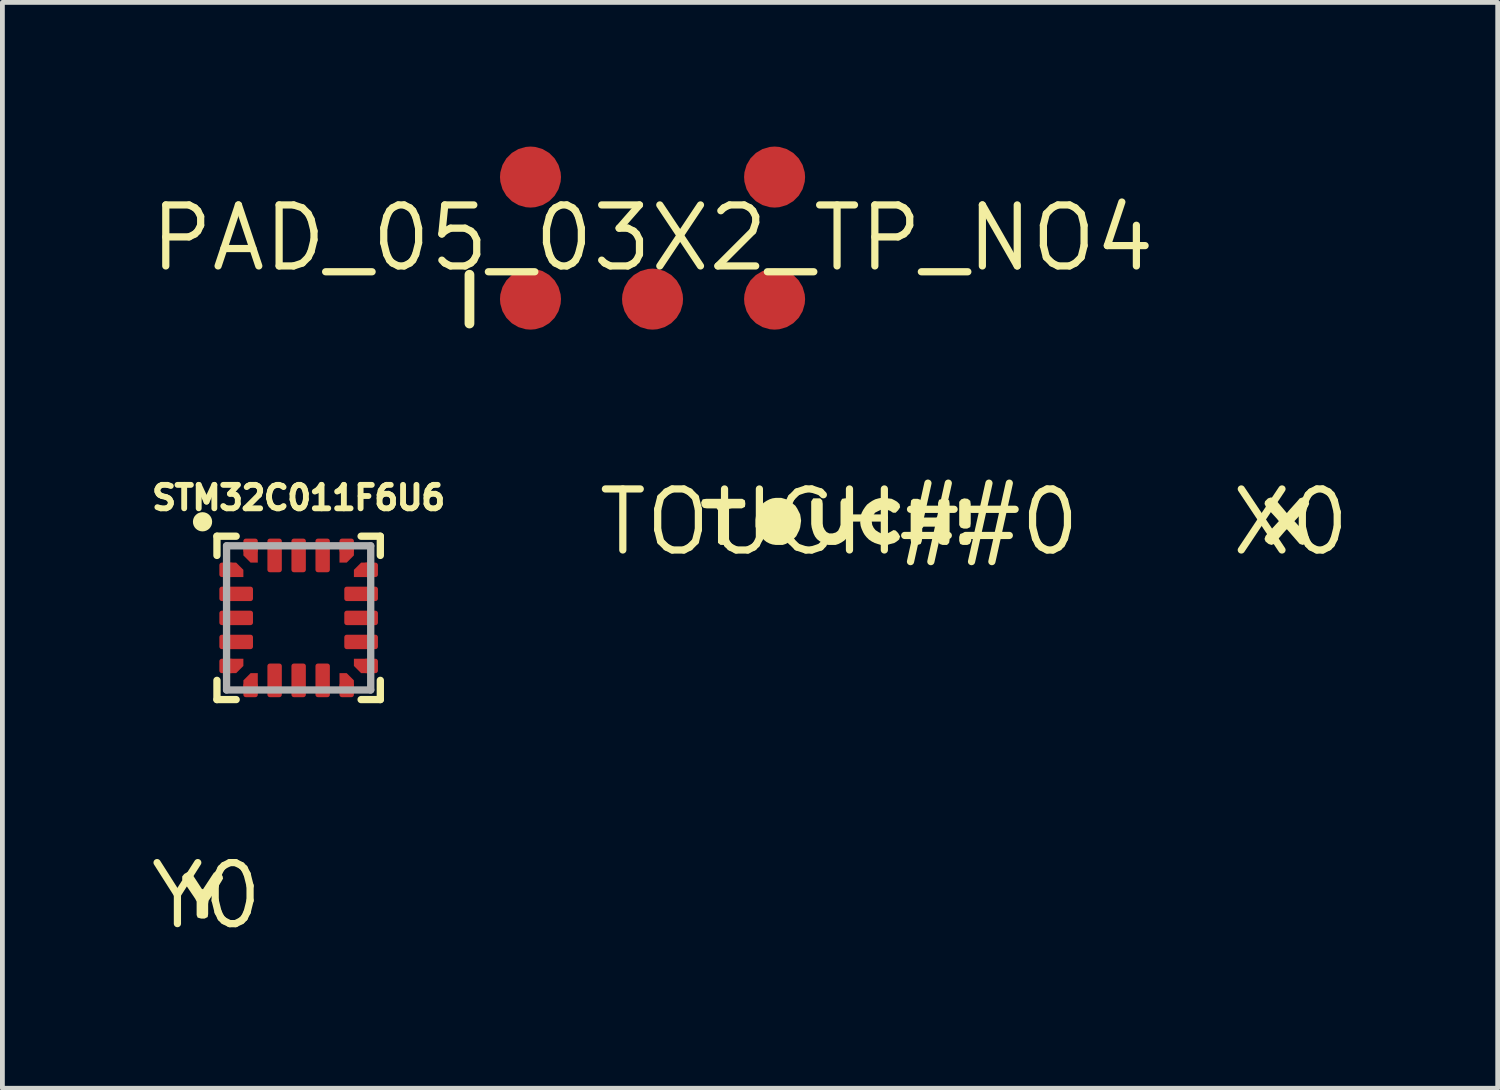
<source format=kicad_pcb>
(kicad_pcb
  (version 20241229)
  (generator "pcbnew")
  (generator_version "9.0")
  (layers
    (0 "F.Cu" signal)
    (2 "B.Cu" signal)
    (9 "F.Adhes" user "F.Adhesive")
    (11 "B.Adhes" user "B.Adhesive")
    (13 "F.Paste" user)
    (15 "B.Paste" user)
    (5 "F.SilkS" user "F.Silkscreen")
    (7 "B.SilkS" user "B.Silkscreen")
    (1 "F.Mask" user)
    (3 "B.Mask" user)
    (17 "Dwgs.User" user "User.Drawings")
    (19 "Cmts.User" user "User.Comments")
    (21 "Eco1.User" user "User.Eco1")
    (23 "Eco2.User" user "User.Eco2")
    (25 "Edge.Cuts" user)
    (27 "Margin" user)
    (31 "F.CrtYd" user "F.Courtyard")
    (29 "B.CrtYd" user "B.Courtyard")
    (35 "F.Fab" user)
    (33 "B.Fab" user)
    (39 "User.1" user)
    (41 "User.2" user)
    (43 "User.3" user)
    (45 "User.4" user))
  (footprint "PAD_05_03X2_TP_NO4"
    (layer "F.Cu")
    (at 10.53 1.905)
    (property "Reference" "PAD_05_03X2_TP_NO4" (at 0 0 0) (layer "F.SilkS") (effects (font (size 1.27 1.27) (thickness 0.15))))
    (fp_line (start -3.81 0.762) (end -3.81 1.778) (stroke (width 0.203) (type solid)) (layer "F.SilkS"))
    (pad "1" smd roundrect (at -2.54 1.27) (size 1.27 1.27) (layers "F.Cu" "F.Mask") (roundrect_rratio 0.5))
    (pad "2" smd roundrect (at -2.54 -1.27) (size 1.27 1.27) (layers "F.Cu" "F.Mask") (roundrect_rratio 0.5))
    (pad "3" smd roundrect (at 0 1.27) (size 1.27 1.27) (layers "F.Cu" "F.Mask") (roundrect_rratio 0.5))
    (pad "5" smd roundrect (at 2.54 1.27) (size 1.27 1.27) (layers "F.Cu" "F.Mask") (roundrect_rratio 0.5))
    (pad "6" smd roundrect (at 2.54 -1.27) (size 1.27 1.27) (layers "F.Cu" "F.Mask") (roundrect_rratio 0.5)))
  (footprint "X0"
    (layer "F.Cu")
    (at 23.811 7.816)
    (property "Reference" "X0" (at 0 0 0) (layer "F.SilkS") (effects (font (size 1.27 1.27) (thickness 0.15))))
    (fp_poly (pts (xy 0.303 -0.494) (xy 0.364 -0.443) (xy 0.385 -0.38) (xy 0.354 -0.317) (xy 0.077 -0.02) (xy 0.304 0.227) (xy 0.354 0.277) (xy 0.385 0.34) (xy 0.364 0.393) (xy 0.303 0.454) (xy 0.25 0.475) (xy 0.187 0.454) (xy -0.08 0.147) (xy -0.116 0.183) (xy -0.296 0.393) (xy -0.296 0.393) (xy -0.347 0.454) (xy -0.4 0.475) (xy -0.462 0.454) (xy -0.524 0.403) (xy -0.545 0.35) (xy -0.524 0.288) (xy -0.474 0.227) (xy -0.247 -0.02) (xy -0.284 -0.067) (xy -0.514 -0.317) (xy -0.545 -0.379) (xy -0.535 -0.432) (xy -0.473 -0.494) (xy -0.41 -0.515) (xy -0.357 -0.494) (xy -0.296 -0.444) (xy -0.08 -0.188) (xy -0.044 -0.233) (xy 0.136 -0.433) (xy 0.187 -0.494) (xy 0.25 -0.515)) (stroke (width 0) (type default)) (fill yes) (layer "F.SilkS")))
  (footprint "Y0"
    (layer "F.Cu")
    (at 1.247 15.592)
    (property "Reference" "Y0" (at 0 0 0) (layer "F.SilkS") (effects (font (size 1.27 1.27) (thickness 0.15))))
    (fp_poly (pts (xy -0.327 -0.485) (xy -0.286 -0.433) (xy -0.097 -0.144) (xy -0.072 -0.136) (xy 0.116 -0.423) (xy 0.157 -0.484) (xy 0.211 -0.495) (xy 0.283 -0.464) (xy 0.335 -0.412) (xy 0.345 -0.359) (xy 0.304 -0.287) (xy 0.045 0.102) (xy 0.035 0.17) (xy 0.035 0.38) (xy 0.025 0.443) (xy -0.039 0.475) (xy -0.111 0.475) (xy -0.184 0.454) (xy -0.205 0.401) (xy -0.205 0.121) (xy -0.234 0.063) (xy -0.464 -0.277) (xy -0.505 -0.338) (xy -0.505 -0.402) (xy -0.463 -0.454) (xy -0.391 -0.495)) (stroke (width 0) (type default)) (fill yes) (layer "F.SilkS")))
  (footprint "STM32C011F6U6"
    (layer "F.Cu")
    (at 3.165 9.809)
    (property "Reference" "STM32C011F6U6" (at 0 -2.5 0) (unlocked yes) (layer "F.SilkS") (effects (font (size 0.488 0.488) (thickness 0.122))))
    (fp_poly (pts (xy -1.15 -1) (xy -1.15 -0.85) (xy -1.5 -0.85) (xy -1.5 -1.15) (xy -1.3 -1.15)) (stroke (width 0) (type default)) (fill yes) (layer "F.Cu"))
    (fp_poly (pts (xy -1.15 1) (xy -1.3 1.15) (xy -1.5 1.15) (xy -1.5 0.85) (xy -1.15 0.85)) (stroke (width 0) (type default)) (fill yes) (layer "F.Cu"))
    (fp_poly (pts (xy -0.85 -1.15) (xy -1 -1.15) (xy -1.15 -1.3) (xy -1.15 -1.5) (xy -0.85 -1.5)) (stroke (width 0) (type default)) (fill yes) (layer "F.Cu"))
    (fp_poly (pts (xy -0.85 1.5) (xy -1.15 1.5) (xy -1.15 1.3) (xy -1 1.15) (xy -0.85 1.15)) (stroke (width 0) (type default)) (fill yes) (layer "F.Cu"))
    (fp_poly (pts (xy 1.15 -1.3) (xy 1 -1.15) (xy 0.85 -1.15) (xy 0.85 -1.5) (xy 1.15 -1.5)) (stroke (width 0) (type default)) (fill yes) (layer "F.Cu"))
    (fp_poly (pts (xy 1.15 1.3) (xy 1.15 1.5) (xy 0.85 1.5) (xy 0.85 1.15) (xy 1 1.15)) (stroke (width 0) (type default)) (fill yes) (layer "F.Cu"))
    (fp_poly (pts (xy 1.5 -0.85) (xy 1.15 -0.85) (xy 1.15 -1) (xy 1.3 -1.15) (xy 1.5 -1.15)) (stroke (width 0) (type default)) (fill yes) (layer "F.Cu"))
    (fp_poly (pts (xy 1.5 1.15) (xy 1.3 1.15) (xy 1.15 1) (xy 1.15 0.85) (xy 1.5 0.85)) (stroke (width 0) (type default)) (fill yes) (layer "F.Cu"))
    (fp_poly (pts (xy -1.7 -0.3) (xy -0.9 -0.3) (xy -0.9 -0.7) (xy -1.7 -0.7)) (stroke (width 0) (type default)) (fill yes) (layer "F.Mask"))
    (fp_poly (pts (xy -1.7 0.2) (xy -0.9 0.2) (xy -0.9 -0.2) (xy -1.7 -0.2)) (stroke (width 0) (type default)) (fill yes) (layer "F.Mask"))
    (fp_poly (pts (xy -1.7 0.7) (xy -0.9 0.7) (xy -0.9 0.3) (xy -1.7 0.3)) (stroke (width 0) (type default)) (fill yes) (layer "F.Mask"))
    (fp_poly (pts (xy -0.3 -0.9) (xy -0.3 -1.7) (xy -0.7 -1.7) (xy -0.7 -0.9)) (stroke (width 0) (type default)) (fill yes) (layer "F.Mask"))
    (fp_poly (pts (xy -0.3 1.7) (xy -0.3 0.9) (xy -0.7 0.9) (xy -0.7 1.7)) (stroke (width 0) (type default)) (fill yes) (layer "F.Mask"))
    (fp_poly (pts (xy 0.2 -0.9) (xy 0.2 -1.7) (xy -0.2 -1.7) (xy -0.2 -0.9)) (stroke (width 0) (type default)) (fill yes) (layer "F.Mask"))
    (fp_poly (pts (xy 0.2 1.7) (xy 0.2 0.9) (xy -0.2 0.9) (xy -0.2 1.7)) (stroke (width 0) (type default)) (fill yes) (layer "F.Mask"))
    (fp_poly (pts (xy 0.7 -0.9) (xy 0.7 -1.7) (xy 0.3 -1.7) (xy 0.3 -0.9)) (stroke (width 0) (type default)) (fill yes) (layer "F.Mask"))
    (fp_poly (pts (xy 0.7 1.7) (xy 0.7 0.9) (xy 0.3 0.9) (xy 0.3 1.7)) (stroke (width 0) (type default)) (fill yes) (layer "F.Mask"))
    (fp_poly (pts (xy 0.9 -0.3) (xy 1.7 -0.3) (xy 1.7 -0.7) (xy 0.9 -0.7)) (stroke (width 0) (type default)) (fill yes) (layer "F.Mask"))
    (fp_poly (pts (xy 0.9 0.2) (xy 1.7 0.2) (xy 1.7 -0.2) (xy 0.9 -0.2)) (stroke (width 0) (type default)) (fill yes) (layer "F.Mask"))
    (fp_poly (pts (xy 0.9 0.7) (xy 1.7 0.7) (xy 1.7 0.3) (xy 0.9 0.3)) (stroke (width 0) (type default)) (fill yes) (layer "F.Mask"))
    (fp_poly (pts (xy -1.1 -1) (xy -1.1 -0.8) (xy -1.7 -0.8) (xy -1.7 -1.2) (xy -1.3 -1.2)) (stroke (width 0) (type default)) (fill yes) (layer "F.Mask"))
    (fp_poly (pts (xy -1.1 1) (xy -1.3 1.2) (xy -1.7 1.2) (xy -1.7 0.8) (xy -1.1 0.8)) (stroke (width 0) (type default)) (fill yes) (layer "F.Mask"))
    (fp_poly (pts (xy -0.8 -1.1) (xy -1 -1.1) (xy -1.2 -1.3) (xy -1.2 -1.7) (xy -0.8 -1.7)) (stroke (width 0) (type default)) (fill yes) (layer "F.Mask"))
    (fp_poly (pts (xy -0.8 1.7) (xy -1.2 1.7) (xy -1.2 1.3) (xy -1 1.1) (xy -0.8 1.1)) (stroke (width 0) (type default)) (fill yes) (layer "F.Mask"))
    (fp_poly (pts (xy 1.2 -1.3) (xy 1 -1.1) (xy 0.8 -1.1) (xy 0.8 -1.7) (xy 1.2 -1.7)) (stroke (width 0) (type default)) (fill yes) (layer "F.Mask"))
    (fp_poly (pts (xy 1.2 1.3) (xy 1.2 1.7) (xy 0.8 1.7) (xy 0.8 1.1) (xy 1 1.1)) (stroke (width 0) (type default)) (fill yes) (layer "F.Mask"))
    (fp_poly (pts (xy 1.7 -0.8) (xy 1.1 -0.8) (xy 1.1 -1) (xy 1.3 -1.2) (xy 1.7 -1.2)) (stroke (width 0) (type default)) (fill yes) (layer "F.Mask"))
    (fp_poly (pts (xy 1.7 1.2) (xy 1.3 1.2) (xy 1.1 1) (xy 1.1 0.8) (xy 1.7 0.8)) (stroke (width 0) (type default)) (fill yes) (layer "F.Mask"))
    (fp_line (start -1.7 -1.7) (end -1.7 -1.3) (stroke (width 0.152) (type solid)) (layer "F.SilkS"))
    (fp_line (start -1.7 -1.7) (end -1.3 -1.7) (stroke (width 0.152) (type solid)) (layer "F.SilkS"))
    (fp_line (start -1.7 1.7) (end -1.7 1.3) (stroke (width 0.152) (type solid)) (layer "F.SilkS"))
    (fp_line (start -1.7 1.7) (end -1.3 1.7) (stroke (width 0.152) (type solid)) (layer "F.SilkS"))
    (fp_line (start 1.7 -1.7) (end 1.3 -1.7) (stroke (width 0.152) (type solid)) (layer "F.SilkS"))
    (fp_line (start 1.7 -1.7) (end 1.7 -1.3) (stroke (width 0.152) (type solid)) (layer "F.SilkS"))
    (fp_line (start 1.7 1.7) (end 1.3 1.7) (stroke (width 0.152) (type solid)) (layer "F.SilkS"))
    (fp_line (start 1.7 1.7) (end 1.7 1.3) (stroke (width 0.152) (type solid)) (layer "F.SilkS"))
    (fp_circle (center -2 -2) (end -1.9 -2) (stroke (width 0.2) (type solid)) (fill no) (layer "F.SilkS"))
    (fp_poly (pts (xy -1.6 -0.375) (xy -1 -0.375) (xy -1 -0.625) (xy -1.6 -0.625)) (stroke (width 0) (type default)) (fill yes) (layer "F.Paste"))
    (fp_poly (pts (xy -1.6 0.125) (xy -1 0.125) (xy -1 -0.125) (xy -1.6 -0.125)) (stroke (width 0) (type default)) (fill yes) (layer "F.Paste"))
    (fp_poly (pts (xy -1.6 0.625) (xy -1 0.625) (xy -1 0.375) (xy -1.6 0.375)) (stroke (width 0) (type default)) (fill yes) (layer "F.Paste"))
    (fp_poly (pts (xy -0.375 -1) (xy -0.375 -1.6) (xy -0.625 -1.6) (xy -0.625 -1)) (stroke (width 0) (type default)) (fill yes) (layer "F.Paste"))
    (fp_poly (pts (xy -0.375 1.6) (xy -0.375 1) (xy -0.625 1) (xy -0.625 1.6)) (stroke (width 0) (type default)) (fill yes) (layer "F.Paste"))
    (fp_poly (pts (xy 0.125 -1) (xy 0.125 -1.6) (xy -0.125 -1.6) (xy -0.125 -1)) (stroke (width 0) (type default)) (fill yes) (layer "F.Paste"))
    (fp_poly (pts (xy 0.125 1.6) (xy 0.125 1) (xy -0.125 1) (xy -0.125 1.6)) (stroke (width 0) (type default)) (fill yes) (layer "F.Paste"))
    (fp_poly (pts (xy 0.625 -1) (xy 0.625 -1.6) (xy 0.375 -1.6) (xy 0.375 -1)) (stroke (width 0) (type default)) (fill yes) (layer "F.Paste"))
    (fp_poly (pts (xy 0.625 1.6) (xy 0.625 1) (xy 0.375 1) (xy 0.375 1.6)) (stroke (width 0) (type default)) (fill yes) (layer "F.Paste"))
    (fp_poly (pts (xy 1 -0.375) (xy 1.6 -0.375) (xy 1.6 -0.625) (xy 1 -0.625)) (stroke (width 0) (type default)) (fill yes) (layer "F.Paste"))
    (fp_poly (pts (xy 1 0.125) (xy 1.6 0.125) (xy 1.6 -0.125) (xy 1 -0.125)) (stroke (width 0) (type default)) (fill yes) (layer "F.Paste"))
    (fp_poly (pts (xy 1 0.625) (xy 1.6 0.625) (xy 1.6 0.375) (xy 1 0.375)) (stroke (width 0) (type default)) (fill yes) (layer "F.Paste"))
    (fp_poly (pts (xy -1.2 -1) (xy -1.2 -0.875) (xy -1.6 -0.875) (xy -1.6 -1.125) (xy -1.325 -1.125)) (stroke (width 0) (type default)) (fill yes) (layer "F.Paste"))
    (fp_poly (pts (xy -1.2 1) (xy -1.325 1.125) (xy -1.6 1.125) (xy -1.6 0.875) (xy -1.2 0.875)) (stroke (width 0) (type default)) (fill yes) (layer "F.Paste"))
    (fp_poly (pts (xy -0.875 -1.2) (xy -1 -1.2) (xy -1.125 -1.325) (xy -1.125 -1.6) (xy -0.875 -1.6)) (stroke (width 0) (type default)) (fill yes) (layer "F.Paste"))
    (fp_poly (pts (xy -0.875 1.6) (xy -1.125 1.6) (xy -1.125 1.325) (xy -1 1.2) (xy -0.875 1.2)) (stroke (width 0) (type default)) (fill yes) (layer "F.Paste"))
    (fp_poly (pts (xy 1.125 -1.325) (xy 1 -1.2) (xy 0.875 -1.2) (xy 0.875 -1.6) (xy 1.125 -1.6)) (stroke (width 0) (type default)) (fill yes) (layer "F.Paste"))
    (fp_poly (pts (xy 1.125 1.325) (xy 1.125 1.6) (xy 0.875 1.6) (xy 0.875 1.2) (xy 1 1.2)) (stroke (width 0) (type default)) (fill yes) (layer "F.Paste"))
    (fp_poly (pts (xy 1.6 -0.875) (xy 1.2 -0.875) (xy 1.2 -1) (xy 1.325 -1.125) (xy 1.6 -1.125)) (stroke (width 0) (type default)) (fill yes) (layer "F.Paste"))
    (fp_poly (pts (xy 1.6 1.125) (xy 1.325 1.125) (xy 1.2 1) (xy 1.2 0.875) (xy 1.6 0.875)) (stroke (width 0) (type default)) (fill yes) (layer "F.Paste"))
    (fp_line (start -1.5 -1.5) (end -1.5 1.5) (stroke (width 0.152) (type solid)) (layer "F.Fab"))
    (fp_line (start -1.5 1.5) (end 1.5 1.5) (stroke (width 0.152) (type solid)) (layer "F.Fab"))
    (fp_line (start 1.5 -1.5) (end -1.5 -1.5) (stroke (width 0.152) (type solid)) (layer "F.Fab"))
    (fp_line (start 1.5 1.5) (end 1.5 -1.5) (stroke (width 0.152) (type solid)) (layer "F.Fab"))
    (pad "1" smd roundrect (at -1.5 -1) (size 0.3 0.3) (layers "F.Cu") (roundrect_rratio 0.169))
    (pad "2" smd roundrect (at -1.3 -0.5) (size 0.7 0.3) (layers "F.Cu") (roundrect_rratio 0.169))
    (pad "3" smd roundrect (at -1.3 0) (size 0.7 0.3) (layers "F.Cu") (roundrect_rratio 0.169))
    (pad "4" smd roundrect (at -1.3 0.5) (size 0.7 0.3) (layers "F.Cu") (roundrect_rratio 0.169))
    (pad "5" smd roundrect (at -1.5 1) (size 0.3 0.3) (layers "F.Cu") (roundrect_rratio 0.169))
    (pad "6" smd roundrect (at -1 1.5) (size 0.3 0.3) (layers "F.Cu") (roundrect_rratio 0.169))
    (pad "7" smd roundrect (at -0.5 1.3 90) (size 0.7 0.3) (layers "F.Cu") (roundrect_rratio 0.169))
    (pad "8" smd roundrect (at 0 1.3 90) (size 0.7 0.3) (layers "F.Cu") (roundrect_rratio 0.169))
    (pad "9" smd roundrect (at 0.5 1.3 90) (size 0.7 0.3) (layers "F.Cu") (roundrect_rratio 0.169))
    (pad "10" smd roundrect (at 1 1.5) (size 0.3 0.3) (layers "F.Cu") (roundrect_rratio 0.169))
    (pad "11" smd roundrect (at 1.5 1) (size 0.3 0.3) (layers "F.Cu") (roundrect_rratio 0.169))
    (pad "12" smd roundrect (at 1.3 0.5) (size 0.7 0.3) (layers "F.Cu") (roundrect_rratio 0.169))
    (pad "13" smd roundrect (at 1.3 0) (size 0.7 0.3) (layers "F.Cu") (roundrect_rratio 0.169))
    (pad "14" smd roundrect (at 1.3 -0.5) (size 0.7 0.3) (layers "F.Cu") (roundrect_rratio 0.169))
    (pad "15" smd roundrect (at 1.5 -1) (size 0.3 0.3) (layers "F.Cu") (roundrect_rratio 0.169))
    (pad "16" smd roundrect (at 1 -1.5) (size 0.3 0.3) (layers "F.Cu") (roundrect_rratio 0.169))
    (pad "17" smd roundrect (at 0.5 -1.3 90) (size 0.7 0.3) (layers "F.Cu") (roundrect_rratio 0.169))
    (pad "18" smd roundrect (at 0 -1.3 90) (size 0.7 0.3) (layers "F.Cu") (roundrect_rratio 0.169))
    (pad "19" smd roundrect (at -0.5 -1.3 90) (size 0.7 0.3) (layers "F.Cu") (roundrect_rratio 0.169))
    (pad "20" smd roundrect (at -1 -1.5) (size 0.3 0.3) (layers "F.Cu") (roundrect_rratio 0.169)))
  (footprint "TOUCH##0"
    (layer "F.Cu")
    (at 14.417 7.816)
    (property "Reference" "TOUCH##0" (at 0 0 0) (layer "F.SilkS") (effects (font (size 1.27 1.27) (thickness 0.15))))
    (fp_poly (pts (xy 2.672 -0.485) (xy 2.725 -0.443) (xy 2.735 -0.37) (xy 2.735 0.03) (xy 2.725 0.103) (xy 2.661 0.135) (xy 2.589 0.135) (xy 2.527 0.114) (xy 2.495 0.061) (xy 2.495 -0.422) (xy 2.537 -0.474) (xy 2.6 -0.495)) (stroke (width 0) (type default)) (fill yes) (layer "F.SilkS"))
    (fp_poly (pts (xy 2.724 0.256) (xy 2.745 0.319) (xy 2.745 0.391) (xy 2.714 0.454) (xy 2.661 0.475) (xy 2.569 0.475) (xy 2.516 0.454) (xy 2.495 0.391) (xy 2.495 0.309) (xy 2.516 0.246) (xy 2.579 0.225) (xy 2.661 0.225)) (stroke (width 0) (type default)) (fill yes) (layer "F.SilkS"))
    (fp_poly (pts (xy -1.965 -0.453) (xy -1.955 -0.38) (xy -1.965 -0.317) (xy -2.029 -0.285) (xy -2.24 -0.285) (xy -2.295 -0.276) (xy -2.295 0.401) (xy -2.327 0.465) (xy -2.39 0.475) (xy -2.472 0.475) (xy -2.525 0.432) (xy -2.525 -0.248) (xy -2.553 -0.285) (xy -2.75 -0.285) (xy -2.822 -0.295) (xy -2.865 -0.338) (xy -2.875 -0.411) (xy -2.843 -0.475) (xy -2.77 -0.485) (xy -2.019 -0.485)) (stroke (width 0) (type default)) (fill yes) (layer "F.SilkS"))
    (fp_poly (pts (xy 1.694 -0.464) (xy 1.725 -0.401) (xy 1.725 -0.132) (xy 1.752 -0.095) (xy 2.018 -0.095) (xy 2.055 -0.122) (xy 2.055 -0.401) (xy 2.076 -0.464) (xy 2.139 -0.485) (xy 2.221 -0.485) (xy 2.285 -0.453) (xy 2.295 -0.39) (xy 2.295 0.37) (xy 2.285 0.432) (xy 2.242 0.475) (xy 2.149 0.475) (xy 2.087 0.454) (xy 2.055 0.401) (xy 2.055 0.132) (xy 2.027 0.095) (xy 1.752 0.095) (xy 1.725 0.132) (xy 1.725 0.33) (xy 1.715 0.401) (xy 1.694 0.454) (xy 1.631 0.475) (xy 1.538 0.475) (xy 1.495 0.432) (xy 1.485 0.37) (xy 1.485 -0.38) (xy 1.495 -0.453) (xy 1.538 -0.485) (xy 1.631 -0.485)) (stroke (width 0) (type default)) (fill yes) (layer "F.SilkS"))
    (fp_poly (pts (xy -1.139 -0.485) (xy -1.078 -0.465) (xy -1.017 -0.434) (xy -0.967 -0.384) (xy -0.916 -0.343) (xy -0.876 -0.283) (xy -0.815 -0.162) (xy -0.805 -0.101) (xy -0.795 -0.03) (xy -0.805 0.041) (xy -0.815 0.111) (xy -0.835 0.172) (xy -0.896 0.293) (xy -0.946 0.344) (xy -0.997 0.394) (xy -1.118 0.455) (xy -1.179 0.475) (xy -1.32 0.475) (xy -1.391 0.465) (xy -1.452 0.445) (xy -1.513 0.414) (xy -1.563 0.374) (xy -1.614 0.324) (xy -1.664 0.273) (xy -1.692 0.217) (xy -1.692 0.217) (xy -1.725 0.152) (xy -1.745 0.091) (xy -1.745 -0.05) (xy -1.735 -0.121) (xy -1.725 -0.182) (xy -1.664 -0.303) (xy -1.624 -0.353) (xy -1.573 -0.404) (xy -1.513 -0.444) (xy -1.452 -0.475) (xy -1.391 -0.495) (xy -1.32 -0.505) (xy -1.209 -0.505)) (stroke (width 0) (type default)) (fill yes) (layer "F.SilkS"))
    (fp_poly (pts (xy -0.355 -0.452) (xy -0.345 -0.38) (xy -0.345 0.03) (xy -0.335 0.098) (xy -0.306 0.157) (xy -0.267 0.206) (xy -0.209 0.235) (xy -0.141 0.235) (xy -0.072 0.215) (xy -0.024 0.177) (xy 0.005 0.118) (xy 0.025 0.059) (xy 0.025 -0.421) (xy 0.057 -0.485) (xy 0.12 -0.495) (xy 0.191 -0.495) (xy 0.255 -0.463) (xy 0.265 -0.39) (xy 0.265 0.091) (xy 0.245 0.151) (xy 0.225 0.222) (xy 0.194 0.283) (xy 0.154 0.333) (xy 0.103 0.384) (xy 0.043 0.424) (xy -0.018 0.455) (xy -0.079 0.475) (xy -0.22 0.475) (xy -0.292 0.465) (xy -0.353 0.434) (xy -0.413 0.394) (xy -0.464 0.354) (xy -0.504 0.303) (xy -0.535 0.242) (xy -0.555 0.181) (xy -0.575 0.111) (xy -0.585 0.04) (xy -0.585 -0.432) (xy -0.543 -0.495) (xy -0.398 -0.495)) (stroke (width 0) (type default)) (fill yes) (layer "F.SilkS"))
    (fp_poly (pts (xy 1.011 -0.495) (xy 1.091 -0.485) (xy 1.152 -0.454) (xy 1.203 -0.424) (xy 1.255 -0.372) (xy 1.265 -0.309) (xy 1.224 -0.247) (xy 1.172 -0.195) (xy 1.118 -0.195) (xy 1.058 -0.235) (xy 0.999 -0.255) (xy 0.93 -0.265) (xy 0.862 -0.255) (xy 0.802 -0.226) (xy 0.743 -0.196) (xy 0.705 -0.138) (xy 0.685 -0.079) (xy 0.675 -0.01) (xy 0.685 0.058) (xy 0.714 0.117) (xy 0.753 0.166) (xy 0.813 0.206) (xy 0.871 0.235) (xy 0.999 0.235) (xy 1.058 0.206) (xy 1.129 0.165) (xy 1.173 0.175) (xy 1.224 0.227) (xy 1.265 0.299) (xy 1.244 0.363) (xy 1.193 0.404) (xy 1.142 0.435) (xy 1.061 0.455) (xy 1.001 0.475) (xy 0.869 0.475) (xy 0.799 0.455) (xy 0.738 0.435) (xy 0.677 0.404) (xy 0.617 0.364) (xy 0.566 0.313) (xy 0.526 0.263) (xy 0.496 0.212) (xy 0.465 0.142) (xy 0.445 0.081) (xy 0.435 0.01) (xy 0.445 -0.06) (xy 0.445 -0.131) (xy 0.465 -0.192) (xy 0.496 -0.253) (xy 0.536 -0.313) (xy 0.576 -0.364) (xy 0.627 -0.404) (xy 0.687 -0.444) (xy 0.748 -0.475) (xy 0.819 -0.495) (xy 0.88 -0.505) (xy 0.95 -0.505)) (stroke (width 0) (type default)) (fill yes) (layer "F.SilkS")))
  (gr_rect
    (start -3 -3)
    (end 28.119 19.598)
    (stroke (width 0.1) (type default))
    (fill no)
    (layer "Edge.Cuts")))
</source>
